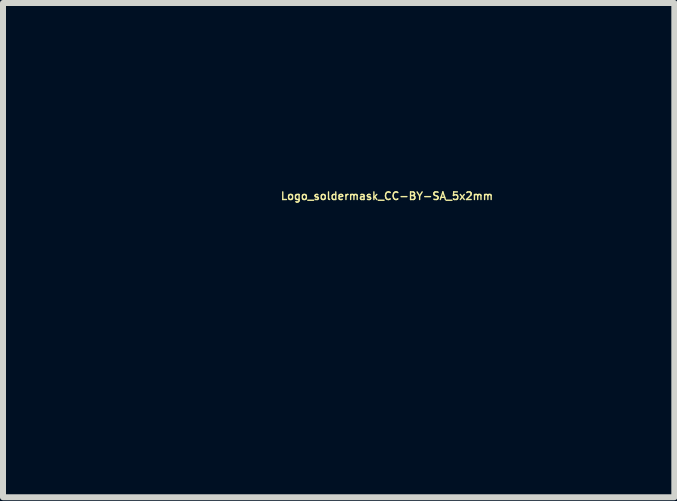
<source format=kicad_pcb>
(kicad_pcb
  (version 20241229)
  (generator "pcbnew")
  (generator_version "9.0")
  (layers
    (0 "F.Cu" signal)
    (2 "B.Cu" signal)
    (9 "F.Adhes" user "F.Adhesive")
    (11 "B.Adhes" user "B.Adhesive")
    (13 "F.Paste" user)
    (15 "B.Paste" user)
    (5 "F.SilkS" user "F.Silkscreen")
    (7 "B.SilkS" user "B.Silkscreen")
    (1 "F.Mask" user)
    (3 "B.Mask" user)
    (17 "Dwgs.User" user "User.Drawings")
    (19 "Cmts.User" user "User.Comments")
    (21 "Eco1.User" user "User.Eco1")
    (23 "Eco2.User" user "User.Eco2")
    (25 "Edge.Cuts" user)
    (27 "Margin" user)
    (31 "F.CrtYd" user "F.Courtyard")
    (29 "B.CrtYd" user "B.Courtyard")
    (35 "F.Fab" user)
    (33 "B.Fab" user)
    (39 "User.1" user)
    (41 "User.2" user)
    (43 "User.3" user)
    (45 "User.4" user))
  (footprint "Logo_soldermask_CC-BY-SA_5x2mm"
    (layer "F.Cu")
    (at 2.496 1.116)
    (property "Reference" "Logo_soldermask_CC-BY-SA_5x2mm" (at 0.9 -0.9 0) (layer "F.SilkS") (effects (font (size 0.127 0.127) (thickness 0.023))))
    (attr through_hole)
    (fp_poly (pts (xy 0.34 -0.625) (xy 0.335 -0.599) (xy 0.323 -0.577) (xy 0.302 -0.556) (xy 0.272 -0.546) (xy 0.269 -0.546) (xy 0.251 -0.546) (xy 0.231 -0.549) (xy 0.226 -0.551) (xy 0.208 -0.556) (xy 0.201 -0.561) (xy 0.198 -0.561) (xy 0.196 -0.566) (xy 0.188 -0.577) (xy 0.185 -0.582) (xy 0.173 -0.612) (xy 0.17 -0.643) (xy 0.18 -0.671) (xy 0.198 -0.693) (xy 0.224 -0.709) (xy 0.254 -0.716) (xy 0.259 -0.716) (xy 0.29 -0.711) (xy 0.312 -0.696) (xy 0.33 -0.676) (xy 0.338 -0.65) (xy 0.34 -0.625)) (stroke (width 0.003) (type solid)) (fill yes) (layer "F.Mask"))
    (fp_poly (pts (xy 0.561 0.625) (xy 0.493 0.737) (xy 0.427 0.848) (xy 0.427 0.912) (xy 0.427 0.975) (xy 0.389 0.975) (xy 0.351 0.975) (xy 0.351 0.909) (xy 0.351 0.841) (xy 0.287 0.737) (xy 0.269 0.704) (xy 0.251 0.676) (xy 0.239 0.653) (xy 0.229 0.638) (xy 0.224 0.63) (xy 0.229 0.627) (xy 0.244 0.625) (xy 0.264 0.625) (xy 0.267 0.625) (xy 0.31 0.625) (xy 0.351 0.693) (xy 0.368 0.724) (xy 0.381 0.742) (xy 0.391 0.752) (xy 0.396 0.752) (xy 0.401 0.742) (xy 0.411 0.726) (xy 0.424 0.704) (xy 0.434 0.686) (xy 0.467 0.627) (xy 0.513 0.625) (xy 0.561 0.625)) (stroke (width 0.003) (type solid)) (fill yes) (layer "F.Mask"))
    (fp_poly (pts (xy 1.92 0.97) (xy 1.915 0.973) (xy 1.9 0.975) (xy 1.88 0.975) (xy 1.839 0.975) (xy 1.829 0.937) (xy 1.816 0.899) (xy 1.793 0.899) (xy 1.793 0.836) (xy 1.773 0.777) (xy 1.765 0.754) (xy 1.755 0.734) (xy 1.75 0.726) (xy 1.75 0.724) (xy 1.745 0.732) (xy 1.737 0.749) (xy 1.73 0.77) (xy 1.722 0.792) (xy 1.714 0.813) (xy 1.712 0.828) (xy 1.709 0.831) (xy 1.717 0.833) (xy 1.732 0.836) (xy 1.75 0.836) (xy 1.793 0.836) (xy 1.793 0.899) (xy 1.75 0.899) (xy 1.687 0.899) (xy 1.671 0.937) (xy 1.659 0.975) (xy 1.618 0.975) (xy 1.577 0.975) (xy 1.643 0.803) (xy 1.709 0.627) (xy 1.753 0.627) (xy 1.793 0.627) (xy 1.857 0.798) (xy 1.875 0.841) (xy 1.89 0.881) (xy 1.902 0.914) (xy 1.91 0.942) (xy 1.918 0.963) (xy 1.92 0.97)) (stroke (width 0.003) (type solid)) (fill yes) (layer "F.Mask"))
    (fp_poly (pts (xy 0.422 -0.452) (xy 0.422 -0.432) (xy 0.422 -0.404) (xy 0.422 -0.371) (xy 0.422 -0.338) (xy 0.419 -0.224) (xy 0.386 -0.221) (xy 0.353 -0.218) (xy 0.351 -0.071) (xy 0.351 0.076) (xy 0.254 0.076) (xy 0.157 0.076) (xy 0.157 -0.074) (xy 0.157 -0.224) (xy 0.132 -0.221) (xy 0.112 -0.221) (xy 0.099 -0.221) (xy 0.097 -0.221) (xy 0.094 -0.226) (xy 0.091 -0.236) (xy 0.089 -0.254) (xy 0.089 -0.282) (xy 0.089 -0.32) (xy 0.089 -0.353) (xy 0.089 -0.396) (xy 0.089 -0.432) (xy 0.089 -0.457) (xy 0.091 -0.475) (xy 0.094 -0.488) (xy 0.097 -0.495) (xy 0.099 -0.495) (xy 0.102 -0.5) (xy 0.107 -0.503) (xy 0.114 -0.505) (xy 0.124 -0.508) (xy 0.142 -0.508) (xy 0.168 -0.511) (xy 0.201 -0.511) (xy 0.246 -0.511) (xy 0.254 -0.511) (xy 0.305 -0.511) (xy 0.343 -0.508) (xy 0.373 -0.508) (xy 0.394 -0.505) (xy 0.409 -0.5) (xy 0.417 -0.495) (xy 0.419 -0.485) (xy 0.422 -0.475) (xy 0.422 -0.462) (xy 0.422 -0.452)) (stroke (width 0.003) (type solid)) (fill yes) (layer "F.Mask"))
    (fp_poly (pts (xy -1.392 0.051) (xy -1.402 0.071) (xy -1.42 0.094) (xy -1.445 0.117) (xy -1.471 0.14) (xy -1.499 0.157) (xy -1.504 0.16) (xy -1.549 0.173) (xy -1.603 0.178) (xy -1.643 0.178) (xy -1.699 0.165) (xy -1.745 0.145) (xy -1.786 0.114) (xy -1.816 0.076) (xy -1.839 0.028) (xy -1.854 -0.023) (xy -1.857 -0.084) (xy -1.854 -0.099) (xy -1.847 -0.155) (xy -1.829 -0.203) (xy -1.803 -0.244) (xy -1.793 -0.257) (xy -1.753 -0.292) (xy -1.704 -0.318) (xy -1.651 -0.333) (xy -1.595 -0.333) (xy -1.57 -0.33) (xy -1.539 -0.325) (xy -1.509 -0.318) (xy -1.488 -0.307) (xy -1.471 -0.297) (xy -1.448 -0.279) (xy -1.427 -0.262) (xy -1.412 -0.244) (xy -1.4 -0.226) (xy -1.397 -0.218) (xy -1.402 -0.211) (xy -1.417 -0.201) (xy -1.438 -0.191) (xy -1.448 -0.183) (xy -1.499 -0.157) (xy -1.529 -0.191) (xy -1.547 -0.208) (xy -1.56 -0.216) (xy -1.572 -0.221) (xy -1.587 -0.224) (xy -1.598 -0.224) (xy -1.633 -0.216) (xy -1.661 -0.201) (xy -1.687 -0.175) (xy -1.687 -0.17) (xy -1.697 -0.15) (xy -1.702 -0.117) (xy -1.704 -0.084) (xy -1.702 -0.046) (xy -1.699 -0.015) (xy -1.694 0) (xy -1.679 0.03) (xy -1.659 0.051) (xy -1.628 0.064) (xy -1.598 0.066) (xy -1.565 0.064) (xy -1.539 0.053) (xy -1.519 0.033) (xy -1.509 0.02) (xy -1.499 0.005) (xy -1.491 0) (xy -1.483 0.003) (xy -1.468 0.01) (xy -1.448 0.02) (xy -1.438 0.025) (xy -1.392 0.051)) (stroke (width 0.003) (type solid)) (fill yes) (layer "F.Mask"))
    (fp_poly (pts (xy -0.917 0.051) (xy -0.917 0.058) (xy -0.925 0.071) (xy -0.932 0.084) (xy -0.968 0.124) (xy -1.008 0.152) (xy -1.054 0.17) (xy -1.107 0.178) (xy -1.166 0.178) (xy -1.214 0.168) (xy -1.255 0.15) (xy -1.293 0.124) (xy -1.3 0.117) (xy -1.333 0.079) (xy -1.356 0.033) (xy -1.372 -0.02) (xy -1.372 -0.03) (xy -1.374 -0.089) (xy -1.369 -0.145) (xy -1.351 -0.196) (xy -1.326 -0.241) (xy -1.293 -0.277) (xy -1.252 -0.307) (xy -1.229 -0.318) (xy -1.179 -0.33) (xy -1.125 -0.333) (xy -1.072 -0.328) (xy -1.024 -0.315) (xy -1.016 -0.312) (xy -0.993 -0.3) (xy -0.968 -0.279) (xy -0.945 -0.259) (xy -0.927 -0.239) (xy -0.922 -0.229) (xy -0.917 -0.221) (xy -0.917 -0.213) (xy -0.925 -0.208) (xy -0.937 -0.201) (xy -0.958 -0.191) (xy -0.968 -0.185) (xy -1.021 -0.157) (xy -1.052 -0.191) (xy -1.069 -0.208) (xy -1.079 -0.216) (xy -1.092 -0.221) (xy -1.11 -0.224) (xy -1.118 -0.224) (xy -1.153 -0.218) (xy -1.181 -0.203) (xy -1.201 -0.178) (xy -1.212 -0.163) (xy -1.222 -0.13) (xy -1.227 -0.089) (xy -1.227 -0.048) (xy -1.219 -0.01) (xy -1.214 0.008) (xy -1.194 0.036) (xy -1.168 0.056) (xy -1.138 0.066) (xy -1.105 0.069) (xy -1.074 0.058) (xy -1.046 0.038) (xy -1.031 0.023) (xy -1.021 0.01) (xy -1.019 0.005) (xy -1.016 0.003) (xy -1.006 0.003) (xy -0.991 0.008) (xy -0.968 0.02) (xy -0.947 0.033) (xy -0.927 0.043) (xy -0.917 0.048) (xy -0.917 0.051)) (stroke (width 0.003) (type solid)) (fill yes) (layer "F.Mask"))
    (fp_poly (pts (xy 0.208 0.886) (xy 0.198 0.919) (xy 0.178 0.947) (xy 0.15 0.963) (xy 0.137 0.968) (xy 0.127 0.97) (xy 0.127 0.866) (xy 0.124 0.848) (xy 0.117 0.836) (xy 0.114 0.833) (xy 0.114 0.721) (xy 0.107 0.704) (xy 0.104 0.699) (xy 0.094 0.693) (xy 0.076 0.691) (xy 0.048 0.688) (xy 0.043 0.688) (xy -0.003 0.688) (xy -0.005 0.709) (xy -0.008 0.729) (xy -0.008 0.747) (xy -0.005 0.757) (xy 0 0.762) (xy 0.005 0.765) (xy 0.023 0.765) (xy 0.038 0.765) (xy 0.071 0.765) (xy 0.094 0.759) (xy 0.099 0.754) (xy 0.112 0.739) (xy 0.114 0.721) (xy 0.114 0.833) (xy 0.102 0.828) (xy 0.076 0.823) (xy 0.046 0.823) (xy -0.005 0.823) (xy -0.005 0.866) (xy -0.005 0.912) (xy 0.048 0.912) (xy 0.079 0.912) (xy 0.097 0.909) (xy 0.109 0.904) (xy 0.114 0.902) (xy 0.124 0.884) (xy 0.127 0.866) (xy 0.127 0.97) (xy 0.124 0.97) (xy 0.107 0.973) (xy 0.081 0.975) (xy 0.048 0.975) (xy 0.015 0.975) (xy -0.089 0.975) (xy -0.089 0.8) (xy -0.089 0.625) (xy 0.015 0.625) (xy 0.061 0.625) (xy 0.097 0.627) (xy 0.122 0.63) (xy 0.142 0.635) (xy 0.157 0.64) (xy 0.168 0.65) (xy 0.173 0.655) (xy 0.183 0.673) (xy 0.188 0.699) (xy 0.191 0.724) (xy 0.188 0.737) (xy 0.18 0.752) (xy 0.168 0.77) (xy 0.165 0.77) (xy 0.155 0.78) (xy 0.155 0.787) (xy 0.157 0.79) (xy 0.175 0.8) (xy 0.193 0.82) (xy 0.203 0.841) (xy 0.206 0.851) (xy 0.208 0.886)) (stroke (width 0.003) (type solid)) (fill yes) (layer "F.Mask"))
    (fp_poly (pts (xy 1.57 0.886) (xy 1.562 0.912) (xy 1.549 0.935) (xy 1.544 0.94) (xy 1.519 0.96) (xy 1.483 0.975) (xy 1.445 0.983) (xy 1.405 0.986) (xy 1.4 0.983) (xy 1.356 0.973) (xy 1.321 0.955) (xy 1.293 0.93) (xy 1.278 0.897) (xy 1.275 0.892) (xy 1.273 0.874) (xy 1.275 0.861) (xy 1.288 0.856) (xy 1.308 0.856) (xy 1.313 0.856) (xy 1.333 0.859) (xy 1.346 0.861) (xy 1.351 0.869) (xy 1.354 0.879) (xy 1.369 0.902) (xy 1.389 0.917) (xy 1.417 0.925) (xy 1.448 0.922) (xy 1.466 0.914) (xy 1.483 0.904) (xy 1.491 0.889) (xy 1.491 0.871) (xy 1.486 0.864) (xy 1.478 0.853) (xy 1.46 0.846) (xy 1.438 0.836) (xy 1.402 0.826) (xy 1.384 0.82) (xy 1.354 0.81) (xy 1.333 0.8) (xy 1.318 0.79) (xy 1.308 0.782) (xy 1.29 0.752) (xy 1.285 0.724) (xy 1.288 0.696) (xy 1.3 0.671) (xy 1.321 0.648) (xy 1.349 0.63) (xy 1.382 0.617) (xy 1.417 0.615) (xy 1.453 0.617) (xy 1.496 0.63) (xy 1.527 0.648) (xy 1.544 0.673) (xy 1.554 0.706) (xy 1.56 0.734) (xy 1.521 0.734) (xy 1.501 0.732) (xy 1.491 0.729) (xy 1.483 0.724) (xy 1.478 0.714) (xy 1.466 0.693) (xy 1.445 0.681) (xy 1.422 0.676) (xy 1.397 0.678) (xy 1.377 0.691) (xy 1.374 0.691) (xy 1.361 0.706) (xy 1.361 0.716) (xy 1.367 0.729) (xy 1.369 0.732) (xy 1.384 0.742) (xy 1.41 0.752) (xy 1.448 0.765) (xy 1.45 0.765) (xy 1.494 0.777) (xy 1.524 0.792) (xy 1.547 0.808) (xy 1.56 0.828) (xy 1.567 0.851) (xy 1.567 0.856) (xy 1.57 0.886)) (stroke (width 0.003) (type solid)) (fill yes) (layer "F.Mask"))
    (fp_poly (pts (xy 1.961 -0.323) (xy 1.956 -0.262) (xy 1.943 -0.201) (xy 1.923 -0.145) (xy 1.91 -0.124) (xy 1.89 -0.099) (xy 1.869 -0.074) (xy 1.867 -0.071) (xy 1.819 -0.033) (xy 1.765 -0.003) (xy 1.707 0.01) (xy 1.643 0.018) (xy 1.58 0.013) (xy 1.577 0.01) (xy 1.524 -0.003) (xy 1.476 -0.03) (xy 1.435 -0.069) (xy 1.402 -0.114) (xy 1.379 -0.17) (xy 1.369 -0.206) (xy 1.364 -0.224) (xy 1.445 -0.224) (xy 1.524 -0.224) (xy 1.529 -0.196) (xy 1.537 -0.17) (xy 1.554 -0.145) (xy 1.575 -0.127) (xy 1.577 -0.127) (xy 1.59 -0.122) (xy 1.61 -0.117) (xy 1.626 -0.114) (xy 1.669 -0.112) (xy 1.707 -0.122) (xy 1.74 -0.142) (xy 1.768 -0.173) (xy 1.786 -0.216) (xy 1.798 -0.267) (xy 1.803 -0.312) (xy 1.801 -0.361) (xy 1.793 -0.404) (xy 1.778 -0.442) (xy 1.778 -0.447) (xy 1.755 -0.475) (xy 1.727 -0.498) (xy 1.697 -0.511) (xy 1.656 -0.516) (xy 1.618 -0.511) (xy 1.582 -0.495) (xy 1.554 -0.475) (xy 1.539 -0.45) (xy 1.529 -0.429) (xy 1.527 -0.417) (xy 1.532 -0.409) (xy 1.544 -0.406) (xy 1.549 -0.406) (xy 1.572 -0.406) (xy 1.511 -0.345) (xy 1.448 -0.282) (xy 1.387 -0.345) (xy 1.323 -0.406) (xy 1.346 -0.406) (xy 1.367 -0.411) (xy 1.377 -0.422) (xy 1.379 -0.439) (xy 1.382 -0.455) (xy 1.392 -0.478) (xy 1.405 -0.503) (xy 1.42 -0.531) (xy 1.438 -0.554) (xy 1.45 -0.569) (xy 1.494 -0.602) (xy 1.542 -0.627) (xy 1.595 -0.64) (xy 1.651 -0.645) (xy 1.709 -0.64) (xy 1.768 -0.622) (xy 1.801 -0.607) (xy 1.847 -0.579) (xy 1.885 -0.538) (xy 1.915 -0.493) (xy 1.938 -0.439) (xy 1.953 -0.381) (xy 1.961 -0.323)) (stroke (width 0.003) (type solid)) (fill yes) (layer "F.Mask"))
    (fp_poly (pts (xy -0.556 -0.086) (xy -0.556 -0.041) (xy -0.559 0.018) (xy -0.564 0.071) (xy -0.572 0.119) (xy -0.584 0.165) (xy -0.599 0.211) (xy -0.612 0.244) (xy -0.65 0.328) (xy -0.701 0.406) (xy -0.704 0.406) (xy -0.704 -0.086) (xy -0.709 -0.175) (xy -0.729 -0.262) (xy -0.757 -0.345) (xy -0.798 -0.424) (xy -0.848 -0.498) (xy -0.907 -0.564) (xy -0.978 -0.625) (xy -1.057 -0.676) (xy -1.059 -0.678) (xy -1.135 -0.714) (xy -1.219 -0.739) (xy -1.303 -0.752) (xy -1.392 -0.757) (xy -1.478 -0.752) (xy -1.562 -0.734) (xy -1.643 -0.706) (xy -1.697 -0.683) (xy -1.768 -0.638) (xy -1.836 -0.582) (xy -1.897 -0.518) (xy -1.951 -0.447) (xy -1.994 -0.373) (xy -2.029 -0.295) (xy -2.042 -0.251) (xy -2.06 -0.157) (xy -2.065 -0.069) (xy -2.06 0.02) (xy -2.04 0.107) (xy -2.009 0.191) (xy -1.966 0.269) (xy -1.913 0.345) (xy -1.847 0.414) (xy -1.775 0.475) (xy -1.697 0.523) (xy -1.618 0.561) (xy -1.532 0.587) (xy -1.443 0.599) (xy -1.351 0.599) (xy -1.267 0.592) (xy -1.189 0.574) (xy -1.113 0.544) (xy -1.036 0.505) (xy -0.968 0.457) (xy -0.904 0.401) (xy -0.846 0.34) (xy -0.798 0.274) (xy -0.762 0.203) (xy -0.752 0.183) (xy -0.724 0.091) (xy -0.706 0) (xy -0.704 -0.086) (xy -0.704 0.406) (xy -0.762 0.478) (xy -0.828 0.544) (xy -0.904 0.602) (xy -0.983 0.653) (xy -1.067 0.693) (xy -1.156 0.724) (xy -1.242 0.744) (xy -1.285 0.749) (xy -1.326 0.752) (xy -1.359 0.754) (xy -1.384 0.754) (xy -1.41 0.754) (xy -1.435 0.754) (xy -1.458 0.752) (xy -1.557 0.739) (xy -1.648 0.714) (xy -1.737 0.678) (xy -1.821 0.63) (xy -1.902 0.572) (xy -1.981 0.498) (xy -1.981 0.495) (xy -2.05 0.419) (xy -2.106 0.338) (xy -2.149 0.254) (xy -2.182 0.168) (xy -2.202 0.074) (xy -2.212 -0.023) (xy -2.215 -0.076) (xy -2.21 -0.168) (xy -2.2 -0.251) (xy -2.179 -0.333) (xy -2.149 -0.411) (xy -2.123 -0.46) (xy -2.073 -0.546) (xy -2.012 -0.625) (xy -1.941 -0.696) (xy -1.864 -0.759) (xy -1.781 -0.81) (xy -1.692 -0.853) (xy -1.6 -0.884) (xy -1.542 -0.897) (xy -1.499 -0.904) (xy -1.448 -0.907) (xy -1.392 -0.907) (xy -1.336 -0.907) (xy -1.285 -0.904) (xy -1.24 -0.899) (xy -1.229 -0.897) (xy -1.133 -0.874) (xy -1.039 -0.838) (xy -0.953 -0.792) (xy -0.871 -0.737) (xy -0.798 -0.673) (xy -0.732 -0.599) (xy -0.676 -0.521) (xy -0.627 -0.434) (xy -0.592 -0.34) (xy -0.584 -0.318) (xy -0.572 -0.274) (xy -0.564 -0.231) (xy -0.559 -0.188) (xy -0.556 -0.142) (xy -0.556 -0.086)) (stroke (width 0.003) (type solid)) (fill yes) (layer "F.Mask"))
    (fp_poly (pts (xy 0.876 -0.318) (xy 0.871 -0.231) (xy 0.856 -0.152) (xy 0.833 -0.081) (xy 0.798 -0.013) (xy 0.759 0.041) (xy 0.759 -0.318) (xy 0.754 -0.386) (xy 0.744 -0.447) (xy 0.726 -0.505) (xy 0.711 -0.538) (xy 0.676 -0.602) (xy 0.627 -0.66) (xy 0.572 -0.711) (xy 0.508 -0.757) (xy 0.442 -0.79) (xy 0.401 -0.805) (xy 0.381 -0.81) (xy 0.361 -0.815) (xy 0.338 -0.818) (xy 0.31 -0.818) (xy 0.274 -0.82) (xy 0.257 -0.82) (xy 0.218 -0.818) (xy 0.188 -0.818) (xy 0.163 -0.815) (xy 0.142 -0.813) (xy 0.122 -0.808) (xy 0.114 -0.805) (xy 0.041 -0.775) (xy -0.025 -0.734) (xy -0.086 -0.686) (xy -0.14 -0.627) (xy -0.183 -0.561) (xy -0.216 -0.488) (xy -0.231 -0.447) (xy -0.239 -0.406) (xy -0.244 -0.358) (xy -0.244 -0.307) (xy -0.241 -0.259) (xy -0.236 -0.213) (xy -0.234 -0.198) (xy -0.206 -0.122) (xy -0.168 -0.053) (xy -0.119 0.01) (xy -0.061 0.066) (xy -0.028 0.091) (xy 0.038 0.132) (xy 0.109 0.16) (xy 0.185 0.178) (xy 0.264 0.183) (xy 0.33 0.178) (xy 0.389 0.165) (xy 0.447 0.145) (xy 0.503 0.117) (xy 0.518 0.109) (xy 0.538 0.097) (xy 0.564 0.076) (xy 0.592 0.051) (xy 0.617 0.025) (xy 0.648 -0.003) (xy 0.668 -0.028) (xy 0.686 -0.051) (xy 0.699 -0.074) (xy 0.706 -0.089) (xy 0.732 -0.145) (xy 0.747 -0.201) (xy 0.757 -0.257) (xy 0.759 -0.318) (xy 0.759 0.041) (xy 0.754 0.051) (xy 0.704 0.104) (xy 0.635 0.165) (xy 0.564 0.216) (xy 0.488 0.254) (xy 0.409 0.279) (xy 0.406 0.279) (xy 0.368 0.287) (xy 0.325 0.292) (xy 0.277 0.295) (xy 0.229 0.297) (xy 0.188 0.295) (xy 0.163 0.292) (xy 0.079 0.272) (xy 0 0.241) (xy -0.076 0.198) (xy -0.147 0.145) (xy -0.178 0.114) (xy -0.236 0.046) (xy -0.284 -0.023) (xy -0.323 -0.102) (xy -0.343 -0.165) (xy -0.348 -0.193) (xy -0.353 -0.218) (xy -0.356 -0.246) (xy -0.358 -0.277) (xy -0.358 -0.315) (xy -0.356 -0.373) (xy -0.353 -0.422) (xy -0.348 -0.45) (xy -0.323 -0.533) (xy -0.287 -0.61) (xy -0.241 -0.681) (xy -0.188 -0.747) (xy -0.124 -0.805) (xy -0.056 -0.853) (xy 0.015 -0.892) (xy 0.097 -0.919) (xy 0.112 -0.922) (xy 0.15 -0.93) (xy 0.198 -0.932) (xy 0.249 -0.935) (xy 0.302 -0.935) (xy 0.353 -0.93) (xy 0.396 -0.925) (xy 0.417 -0.919) (xy 0.5 -0.892) (xy 0.577 -0.851) (xy 0.65 -0.798) (xy 0.714 -0.737) (xy 0.772 -0.665) (xy 0.777 -0.658) (xy 0.815 -0.597) (xy 0.841 -0.536) (xy 0.861 -0.472) (xy 0.871 -0.404) (xy 0.876 -0.325) (xy 0.876 -0.318)) (stroke (width 0.003) (type solid)) (fill yes) (layer "F.Mask"))
    (fp_poly (pts (xy 2.263 -0.305) (xy 2.261 -0.254) (xy 2.258 -0.211) (xy 2.253 -0.175) (xy 2.25 -0.17) (xy 2.225 -0.086) (xy 2.184 -0.008) (xy 2.149 0.041) (xy 2.149 -0.3) (xy 2.149 -0.338) (xy 2.146 -0.389) (xy 2.139 -0.432) (xy 2.131 -0.472) (xy 2.116 -0.511) (xy 2.101 -0.544) (xy 2.06 -0.61) (xy 2.012 -0.668) (xy 1.953 -0.719) (xy 1.89 -0.762) (xy 1.821 -0.795) (xy 1.801 -0.803) (xy 1.755 -0.813) (xy 1.704 -0.82) (xy 1.648 -0.823) (xy 1.593 -0.82) (xy 1.544 -0.815) (xy 1.539 -0.813) (xy 1.466 -0.79) (xy 1.397 -0.757) (xy 1.333 -0.714) (xy 1.278 -0.66) (xy 1.229 -0.597) (xy 1.191 -0.528) (xy 1.166 -0.472) (xy 1.158 -0.447) (xy 1.153 -0.424) (xy 1.148 -0.406) (xy 1.146 -0.384) (xy 1.146 -0.356) (xy 1.146 -0.32) (xy 1.146 -0.267) (xy 1.151 -0.218) (xy 1.161 -0.178) (xy 1.176 -0.137) (xy 1.191 -0.104) (xy 1.222 -0.053) (xy 1.26 -0.003) (xy 1.303 0.041) (xy 1.351 0.084) (xy 1.394 0.112) (xy 1.46 0.145) (xy 1.532 0.168) (xy 1.605 0.18) (xy 1.681 0.18) (xy 1.755 0.17) (xy 1.781 0.165) (xy 1.847 0.14) (xy 1.913 0.104) (xy 1.974 0.061) (xy 2.027 0.01) (xy 2.073 -0.043) (xy 2.106 -0.104) (xy 2.111 -0.112) (xy 2.131 -0.17) (xy 2.144 -0.231) (xy 2.149 -0.3) (xy 2.149 0.041) (xy 2.136 0.061) (xy 2.075 0.127) (xy 2.022 0.173) (xy 1.946 0.221) (xy 1.867 0.257) (xy 1.783 0.282) (xy 1.697 0.295) (xy 1.608 0.297) (xy 1.544 0.29) (xy 1.463 0.269) (xy 1.384 0.239) (xy 1.311 0.196) (xy 1.242 0.142) (xy 1.179 0.079) (xy 1.171 0.069) (xy 1.118 0) (xy 1.079 -0.074) (xy 1.049 -0.155) (xy 1.034 -0.236) (xy 1.029 -0.32) (xy 1.034 -0.406) (xy 1.052 -0.49) (xy 1.082 -0.572) (xy 1.092 -0.589) (xy 1.133 -0.663) (xy 1.186 -0.732) (xy 1.247 -0.792) (xy 1.316 -0.843) (xy 1.389 -0.884) (xy 1.468 -0.914) (xy 1.486 -0.919) (xy 1.509 -0.925) (xy 1.532 -0.93) (xy 1.554 -0.932) (xy 1.582 -0.932) (xy 1.618 -0.935) (xy 1.648 -0.935) (xy 1.694 -0.932) (xy 1.727 -0.932) (xy 1.753 -0.93) (xy 1.775 -0.927) (xy 1.798 -0.922) (xy 1.808 -0.919) (xy 1.862 -0.902) (xy 1.915 -0.879) (xy 1.968 -0.851) (xy 2.007 -0.826) (xy 2.035 -0.805) (xy 2.065 -0.775) (xy 2.098 -0.744) (xy 2.129 -0.711) (xy 2.154 -0.681) (xy 2.162 -0.668) (xy 2.187 -0.63) (xy 2.21 -0.584) (xy 2.23 -0.536) (xy 2.245 -0.49) (xy 2.248 -0.48) (xy 2.256 -0.447) (xy 2.258 -0.404) (xy 2.263 -0.356) (xy 2.263 -0.305)) (stroke (width 0.003) (type solid)) (fill yes) (layer "F.Mask"))
    (fp_poly (pts (xy 2.502 1.115) (xy 2.446 1.115) (xy 2.446 0.445) (xy 2.446 -0.287) (xy 2.446 -1.021) (xy 2.426 -1.041) (xy 2.408 -1.059) (xy 0.003 -1.059) (xy -2.4 -1.059) (xy -2.421 -1.041) (xy -2.438 -1.021) (xy -2.438 -0.287) (xy -2.438 0.445) (xy -2.324 0.447) (xy -2.212 0.447) (xy -2.169 0.511) (xy -2.108 0.594) (xy -2.037 0.671) (xy -1.958 0.739) (xy -1.869 0.8) (xy -1.775 0.848) (xy -1.676 0.889) (xy -1.575 0.917) (xy -1.491 0.93) (xy -1.448 0.935) (xy -1.397 0.935) (xy -1.341 0.935) (xy -1.288 0.93) (xy -1.237 0.925) (xy -1.206 0.919) (xy -1.1 0.892) (xy -0.998 0.851) (xy -0.904 0.803) (xy -0.815 0.742) (xy -0.732 0.671) (xy -0.699 0.635) (xy -0.671 0.605) (xy -0.643 0.569) (xy -0.615 0.533) (xy -0.599 0.511) (xy -0.559 0.447) (xy 0.942 0.447) (xy 2.446 0.445) (xy 2.446 1.115) (xy 2.438 1.115) (xy 2.438 1.064) (xy 2.438 0.785) (xy 2.438 0.503) (xy 0.96 0.503) (xy -0.516 0.503) (xy -0.556 0.561) (xy -0.605 0.63) (xy -0.653 0.691) (xy -0.701 0.739) (xy -0.754 0.785) (xy -0.813 0.823) (xy -0.856 0.848) (xy -0.925 0.884) (xy -0.988 0.914) (xy -1.046 0.937) (xy -1.105 0.958) (xy -1.168 0.973) (xy -1.171 0.973) (xy -1.262 0.991) (xy -1.349 0.998) (xy -1.43 0.998) (xy -1.514 0.988) (xy -1.6 0.973) (xy -1.697 0.942) (xy -1.796 0.902) (xy -1.895 0.848) (xy -1.996 0.782) (xy -2.029 0.757) (xy -2.055 0.737) (xy -2.085 0.706) (xy -2.118 0.673) (xy -2.151 0.64) (xy -2.182 0.602) (xy -2.21 0.569) (xy -2.23 0.541) (xy -2.243 0.523) (xy -2.253 0.503) (xy -2.349 0.503) (xy -2.446 0.503) (xy -2.446 0.785) (xy -2.446 1.064) (xy -0.003 1.064) (xy 2.438 1.064) (xy 2.438 1.115) (xy 0.005 1.115) (xy -2.489 1.115) (xy -2.492 1.026) (xy -2.494 1.006) (xy -2.494 0.978) (xy -2.494 0.937) (xy -2.494 0.886) (xy -2.494 0.828) (xy -2.494 0.762) (xy -2.494 0.688) (xy -2.494 0.61) (xy -2.494 0.523) (xy -2.494 0.434) (xy -2.494 0.34) (xy -2.494 0.244) (xy -2.494 0.145) (xy -2.494 0.043) (xy -2.494 -0.056) (xy -2.494 -0.157) (xy -2.494 -0.257) (xy -2.494 -0.356) (xy -2.494 -0.452) (xy -2.494 -0.544) (xy -2.492 -0.632) (xy -2.492 -0.716) (xy -2.492 -0.792) (xy -2.492 -0.864) (xy -2.492 -0.927) (xy -2.489 -0.983) (xy -2.489 -1.029) (xy -2.489 -1.064) (xy -2.489 -1.092) (xy -2.487 -1.105) (xy -2.487 -1.107) (xy -2.482 -1.107) (xy -2.461 -1.107) (xy -2.431 -1.11) (xy -2.39 -1.11) (xy -2.337 -1.11) (xy -2.273 -1.11) (xy -2.202 -1.11) (xy -2.121 -1.11) (xy -2.032 -1.11) (xy -1.933 -1.11) (xy -1.829 -1.113) (xy -1.717 -1.113) (xy -1.598 -1.113) (xy -1.473 -1.113) (xy -1.344 -1.113) (xy -1.209 -1.113) (xy -1.069 -1.113) (xy -0.927 -1.113) (xy -0.782 -1.113) (xy -0.632 -1.113) (xy -0.483 -1.113) (xy -0.33 -1.115) (xy -0.175 -1.115) (xy -0.02 -1.115) (xy 0.13 -1.115) (xy 0.284 -1.115) (xy 0.437 -1.115) (xy 0.587 -1.115) (xy 0.737 -1.115) (xy 0.884 -1.115) (xy 1.026 -1.115) (xy 1.166 -1.115) (xy 1.303 -1.115) (xy 1.433 -1.115) (xy 1.56 -1.115) (xy 1.679 -1.115) (xy 1.791 -1.115) (xy 1.897 -1.115) (xy 1.996 -1.115) (xy 2.088 -1.115) (xy 2.172 -1.115) (xy 2.245 -1.113) (xy 2.311 -1.113) (xy 2.365 -1.113) (xy 2.408 -1.113) (xy 2.441 -1.113) (xy 2.464 -1.113) (xy 2.471 -1.113) (xy 2.502 -1.107) (xy 2.502 0.003) (xy 2.502 1.115)) (stroke (width 0.003) (type solid)) (fill yes) (layer "F.Mask")))
  (gr_rect
    (start -3 -3)
    (end 8.183 5.233)
    (stroke (width 0.1) (type default))
    (fill no)
    (layer "Edge.Cuts")))
</source>
